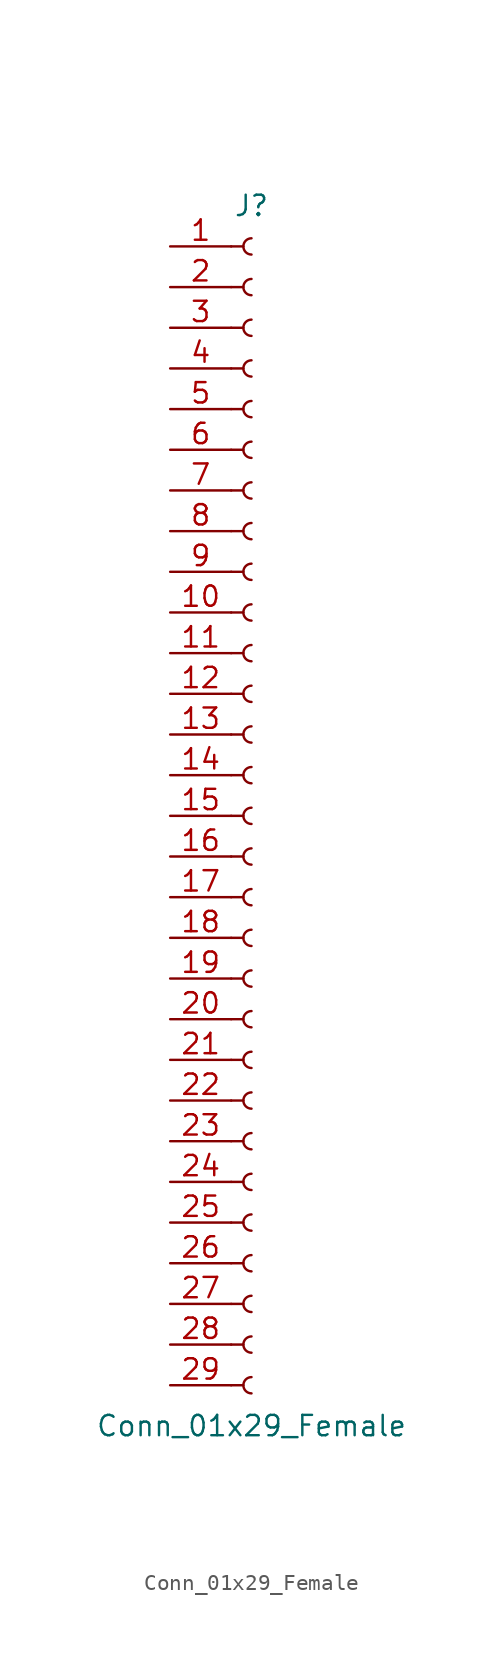
<source format=kicad_sym>
(kicad_symbol_lib
  (version 20211014)
  (generator kicad_symbol_editor)
  (symbol "Conn_01x29_Female"
    (pin_names
      (offset 1.016) hide)
    (property "Reference" "J"
      (at 0 38.1 0)
      (effects (font (size 1.27 1.27))))
    (property "Value" "Conn_01x29_Female"
      (at 0 -38.1 0)
      (effects (font (size 1.27 1.27))))
    (symbol "Conn_01x29_Female_1_1"
      (arc (start 0 -35.052) (mid -0.508 -35.56) (end 0 -36.068) (stroke (width 0.1524) (type default) (color 0 0 0 0)) (fill (type none)))
      (arc (start 0 -32.512) (mid -0.508 -33.02) (end 0 -33.528) (stroke (width 0.1524) (type default) (color 0 0 0 0)) (fill (type none)))
      (arc (start 0 -29.972) (mid -0.508 -30.48) (end 0 -30.988) (stroke (width 0.1524) (type default) (color 0 0 0 0)) (fill (type none)))
      (arc (start 0 -27.432) (mid -0.508 -27.94) (end 0 -28.448) (stroke (width 0.1524) (type default) (color 0 0 0 0)) (fill (type none)))
      (arc (start 0 -24.892) (mid -0.508 -25.4) (end 0 -25.908) (stroke (width 0.1524) (type default) (color 0 0 0 0)) (fill (type none)))
      (arc (start 0 -22.352) (mid -0.508 -22.86) (end 0 -23.368) (stroke (width 0.1524) (type default) (color 0 0 0 0)) (fill (type none)))
      (arc (start 0 -19.812) (mid -0.508 -20.32) (end 0 -20.828) (stroke (width 0.1524) (type default) (color 0 0 0 0)) (fill (type none)))
      (arc (start 0 -17.272) (mid -0.508 -17.78) (end 0 -18.288) (stroke (width 0.1524) (type default) (color 0 0 0 0)) (fill (type none)))
      (arc (start 0 -14.732) (mid -0.508 -15.24) (end 0 -15.748) (stroke (width 0.1524) (type default) (color 0 0 0 0)) (fill (type none)))
      (arc (start 0 -12.192) (mid -0.508 -12.7) (end 0 -13.208) (stroke (width 0.1524) (type default) (color 0 0 0 0)) (fill (type none)))
      (arc (start 0 -9.652) (mid -0.508 -10.16) (end 0 -10.668) (stroke (width 0.1524) (type default) (color 0 0 0 0)) (fill (type none)))
      (arc (start 0 -7.112) (mid -0.508 -7.62) (end 0 -8.128) (stroke (width 0.1524) (type default) (color 0 0 0 0)) (fill (type none)))
      (arc (start 0 -4.572) (mid -0.508 -5.08) (end 0 -5.588) (stroke (width 0.1524) (type default) (color 0 0 0 0)) (fill (type none)))
      (arc (start 0 -2.032) (mid -0.508 -2.54) (end 0 -3.048) (stroke (width 0.1524) (type default) (color 0 0 0 0)) (fill (type none)))
      (polyline (pts (xy -1.27 -35.56) (xy -0.508 -35.56)) (stroke (width 0.152) (type default) (color 0 0 0 0)) (fill (type none)))
      (polyline (pts (xy -1.27 -33.02) (xy -0.508 -33.02)) (stroke (width 0.152) (type default) (color 0 0 0 0)) (fill (type none)))
      (polyline (pts (xy -1.27 -30.48) (xy -0.508 -30.48)) (stroke (width 0.152) (type default) (color 0 0 0 0)) (fill (type none)))
      (polyline (pts (xy -1.27 -27.94) (xy -0.508 -27.94)) (stroke (width 0.152) (type default) (color 0 0 0 0)) (fill (type none)))
      (polyline (pts (xy -1.27 -25.4) (xy -0.508 -25.4)) (stroke (width 0.152) (type default) (color 0 0 0 0)) (fill (type none)))
      (polyline (pts (xy -1.27 -22.86) (xy -0.508 -22.86)) (stroke (width 0.152) (type default) (color 0 0 0 0)) (fill (type none)))
      (polyline (pts (xy -1.27 -20.32) (xy -0.508 -20.32)) (stroke (width 0.152) (type default) (color 0 0 0 0)) (fill (type none)))
      (polyline (pts (xy -1.27 -17.78) (xy -0.508 -17.78)) (stroke (width 0.152) (type default) (color 0 0 0 0)) (fill (type none)))
      (polyline (pts (xy -1.27 -15.24) (xy -0.508 -15.24)) (stroke (width 0.152) (type default) (color 0 0 0 0)) (fill (type none)))
      (polyline (pts (xy -1.27 -12.7) (xy -0.508 -12.7)) (stroke (width 0.152) (type default) (color 0 0 0 0)) (fill (type none)))
      (polyline (pts (xy -1.27 -10.16) (xy -0.508 -10.16)) (stroke (width 0.152) (type default) (color 0 0 0 0)) (fill (type none)))
      (polyline (pts (xy -1.27 -7.62) (xy -0.508 -7.62)) (stroke (width 0.152) (type default) (color 0 0 0 0)) (fill (type none)))
      (polyline (pts (xy -1.27 -5.08) (xy -0.508 -5.08)) (stroke (width 0.152) (type default) (color 0 0 0 0)) (fill (type none)))
      (polyline (pts (xy -1.27 -2.54) (xy -0.508 -2.54)) (stroke (width 0.152) (type default) (color 0 0 0 0)) (fill (type none)))
      (polyline (pts (xy -1.27 0) (xy -0.508 0)) (stroke (width 0.152) (type default) (color 0 0 0 0)) (fill (type none)))
      (polyline (pts (xy -1.27 2.54) (xy -0.508 2.54)) (stroke (width 0.152) (type default) (color 0 0 0 0)) (fill (type none)))
      (polyline (pts (xy -1.27 5.08) (xy -0.508 5.08)) (stroke (width 0.152) (type default) (color 0 0 0 0)) (fill (type none)))
      (polyline (pts (xy -1.27 7.62) (xy -0.508 7.62)) (stroke (width 0.152) (type default) (color 0 0 0 0)) (fill (type none)))
      (polyline (pts (xy -1.27 10.16) (xy -0.508 10.16)) (stroke (width 0.152) (type default) (color 0 0 0 0)) (fill (type none)))
      (polyline (pts (xy -1.27 12.7) (xy -0.508 12.7)) (stroke (width 0.152) (type default) (color 0 0 0 0)) (fill (type none)))
      (polyline (pts (xy -1.27 15.24) (xy -0.508 15.24)) (stroke (width 0.152) (type default) (color 0 0 0 0)) (fill (type none)))
      (polyline (pts (xy -1.27 17.78) (xy -0.508 17.78)) (stroke (width 0.152) (type default) (color 0 0 0 0)) (fill (type none)))
      (polyline (pts (xy -1.27 20.32) (xy -0.508 20.32)) (stroke (width 0.152) (type default) (color 0 0 0 0)) (fill (type none)))
      (polyline (pts (xy -1.27 22.86) (xy -0.508 22.86)) (stroke (width 0.152) (type default) (color 0 0 0 0)) (fill (type none)))
      (polyline (pts (xy -1.27 25.4) (xy -0.508 25.4)) (stroke (width 0.152) (type default) (color 0 0 0 0)) (fill (type none)))
      (polyline (pts (xy -1.27 27.94) (xy -0.508 27.94)) (stroke (width 0.152) (type default) (color 0 0 0 0)) (fill (type none)))
      (polyline (pts (xy -1.27 30.48) (xy -0.508 30.48)) (stroke (width 0.152) (type default) (color 0 0 0 0)) (fill (type none)))
      (polyline (pts (xy -1.27 33.02) (xy -0.508 33.02)) (stroke (width 0.152) (type default) (color 0 0 0 0)) (fill (type none)))
      (polyline (pts (xy -1.27 35.56) (xy -0.508 35.56)) (stroke (width 0.152) (type default) (color 0 0 0 0)) (fill (type none)))
      (arc (start 0 0.508) (mid -0.508 0) (end 0 -0.508) (stroke (width 0.1524) (type default) (color 0 0 0 0)) (fill (type none)))
      (arc (start 0 3.048) (mid -0.508 2.54) (end 0 2.032) (stroke (width 0.1524) (type default) (color 0 0 0 0)) (fill (type none)))
      (arc (start 0 5.588) (mid -0.508 5.08) (end 0 4.572) (stroke (width 0.1524) (type default) (color 0 0 0 0)) (fill (type none)))
      (arc (start 0 8.128) (mid -0.508 7.62) (end 0 7.112) (stroke (width 0.1524) (type default) (color 0 0 0 0)) (fill (type none)))
      (arc (start 0 10.668) (mid -0.508 10.16) (end 0 9.652) (stroke (width 0.1524) (type default) (color 0 0 0 0)) (fill (type none)))
      (arc (start 0 13.208) (mid -0.508 12.7) (end 0 12.192) (stroke (width 0.1524) (type default) (color 0 0 0 0)) (fill (type none)))
      (arc (start 0 15.748) (mid -0.508 15.24) (end 0 14.732) (stroke (width 0.1524) (type default) (color 0 0 0 0)) (fill (type none)))
      (arc (start 0 18.288) (mid -0.508 17.78) (end 0 17.272) (stroke (width 0.1524) (type default) (color 0 0 0 0)) (fill (type none)))
      (arc (start 0 20.828) (mid -0.508 20.32) (end 0 19.812) (stroke (width 0.1524) (type default) (color 0 0 0 0)) (fill (type none)))
      (arc (start 0 23.368) (mid -0.508 22.86) (end 0 22.352) (stroke (width 0.1524) (type default) (color 0 0 0 0)) (fill (type none)))
      (arc (start 0 25.908) (mid -0.508 25.4) (end 0 24.892) (stroke (width 0.1524) (type default) (color 0 0 0 0)) (fill (type none)))
      (arc (start 0 28.448) (mid -0.508 27.94) (end 0 27.432) (stroke (width 0.1524) (type default) (color 0 0 0 0)) (fill (type none)))
      (arc (start 0 30.988) (mid -0.508 30.48) (end 0 29.972) (stroke (width 0.1524) (type default) (color 0 0 0 0)) (fill (type none)))
      (arc (start 0 33.528) (mid -0.508 33.02) (end 0 32.512) (stroke (width 0.1524) (type default) (color 0 0 0 0)) (fill (type none)))
      (arc (start 0 36.068) (mid -0.508 35.56) (end 0 35.052) (stroke (width 0.1524) (type default) (color 0 0 0 0)) (fill (type none)))
      (pin passive line (at -5.08 35.56 0) (length 3.81) (name "Pin_1" (effects (font (size 1.27 1.27)))) (number "1" (effects (font (size 1.27 1.27)))))
      (pin passive line (at -5.08 12.7 0) (length 3.81) (name "Pin_10" (effects (font (size 1.27 1.27)))) (number "10" (effects (font (size 1.27 1.27)))))
      (pin passive line (at -5.08 10.16 0) (length 3.81) (name "Pin_11" (effects (font (size 1.27 1.27)))) (number "11" (effects (font (size 1.27 1.27)))))
      (pin passive line (at -5.08 7.62 0) (length 3.81) (name "Pin_12" (effects (font (size 1.27 1.27)))) (number "12" (effects (font (size 1.27 1.27)))))
      (pin passive line (at -5.08 5.08 0) (length 3.81) (name "Pin_13" (effects (font (size 1.27 1.27)))) (number "13" (effects (font (size 1.27 1.27)))))
      (pin passive line (at -5.08 2.54 0) (length 3.81) (name "Pin_14" (effects (font (size 1.27 1.27)))) (number "14" (effects (font (size 1.27 1.27)))))
      (pin passive line (at -5.08 0 0) (length 3.81) (name "Pin_15" (effects (font (size 1.27 1.27)))) (number "15" (effects (font (size 1.27 1.27)))))
      (pin passive line (at -5.08 -2.54 0) (length 3.81) (name "Pin_16" (effects (font (size 1.27 1.27)))) (number "16" (effects (font (size 1.27 1.27)))))
      (pin passive line (at -5.08 -5.08 0) (length 3.81) (name "Pin_17" (effects (font (size 1.27 1.27)))) (number "17" (effects (font (size 1.27 1.27)))))
      (pin passive line (at -5.08 -7.62 0) (length 3.81) (name "Pin_18" (effects (font (size 1.27 1.27)))) (number "18" (effects (font (size 1.27 1.27)))))
      (pin passive line (at -5.08 -10.16 0) (length 3.81) (name "Pin_19" (effects (font (size 1.27 1.27)))) (number "19" (effects (font (size 1.27 1.27)))))
      (pin passive line (at -5.08 33.02 0) (length 3.81) (name "Pin_2" (effects (font (size 1.27 1.27)))) (number "2" (effects (font (size 1.27 1.27)))))
      (pin passive line (at -5.08 -12.7 0) (length 3.81) (name "Pin_20" (effects (font (size 1.27 1.27)))) (number "20" (effects (font (size 1.27 1.27)))))
      (pin passive line (at -5.08 -15.24 0) (length 3.81) (name "Pin_21" (effects (font (size 1.27 1.27)))) (number "21" (effects (font (size 1.27 1.27)))))
      (pin passive line (at -5.08 -17.78 0) (length 3.81) (name "Pin_22" (effects (font (size 1.27 1.27)))) (number "22" (effects (font (size 1.27 1.27)))))
      (pin passive line (at -5.08 -20.32 0) (length 3.81) (name "Pin_23" (effects (font (size 1.27 1.27)))) (number "23" (effects (font (size 1.27 1.27)))))
      (pin passive line (at -5.08 -22.86 0) (length 3.81) (name "Pin_24" (effects (font (size 1.27 1.27)))) (number "24" (effects (font (size 1.27 1.27)))))
      (pin passive line (at -5.08 -25.4 0) (length 3.81) (name "Pin_25" (effects (font (size 1.27 1.27)))) (number "25" (effects (font (size 1.27 1.27)))))
      (pin passive line (at -5.08 -27.94 0) (length 3.81) (name "Pin_26" (effects (font (size 1.27 1.27)))) (number "26" (effects (font (size 1.27 1.27)))))
      (pin passive line (at -5.08 -30.48 0) (length 3.81) (name "Pin_27" (effects (font (size 1.27 1.27)))) (number "27" (effects (font (size 1.27 1.27)))))
      (pin passive line (at -5.08 -33.02 0) (length 3.81) (name "Pin_28" (effects (font (size 1.27 1.27)))) (number "28" (effects (font (size 1.27 1.27)))))
      (pin passive line (at -5.08 -35.56 0) (length 3.81) (name "Pin_29" (effects (font (size 1.27 1.27)))) (number "29" (effects (font (size 1.27 1.27)))))
      (pin passive line (at -5.08 30.48 0) (length 3.81) (name "Pin_3" (effects (font (size 1.27 1.27)))) (number "3" (effects (font (size 1.27 1.27)))))
      (pin passive line (at -5.08 27.94 0) (length 3.81) (name "Pin_4" (effects (font (size 1.27 1.27)))) (number "4" (effects (font (size 1.27 1.27)))))
      (pin passive line (at -5.08 25.4 0) (length 3.81) (name "Pin_5" (effects (font (size 1.27 1.27)))) (number "5" (effects (font (size 1.27 1.27)))))
      (pin passive line (at -5.08 22.86 0) (length 3.81) (name "Pin_6" (effects (font (size 1.27 1.27)))) (number "6" (effects (font (size 1.27 1.27)))))
      (pin passive line (at -5.08 20.32 0) (length 3.81) (name "Pin_7" (effects (font (size 1.27 1.27)))) (number "7" (effects (font (size 1.27 1.27)))))
      (pin passive line (at -5.08 17.78 0) (length 3.81) (name "Pin_8" (effects (font (size 1.27 1.27)))) (number "8" (effects (font (size 1.27 1.27)))))
      (pin passive line (at -5.08 15.24 0) (length 3.81) (name "Pin_9" (effects (font (size 1.27 1.27)))) (number "9" (effects (font (size 1.27 1.27))))))))
</source>
